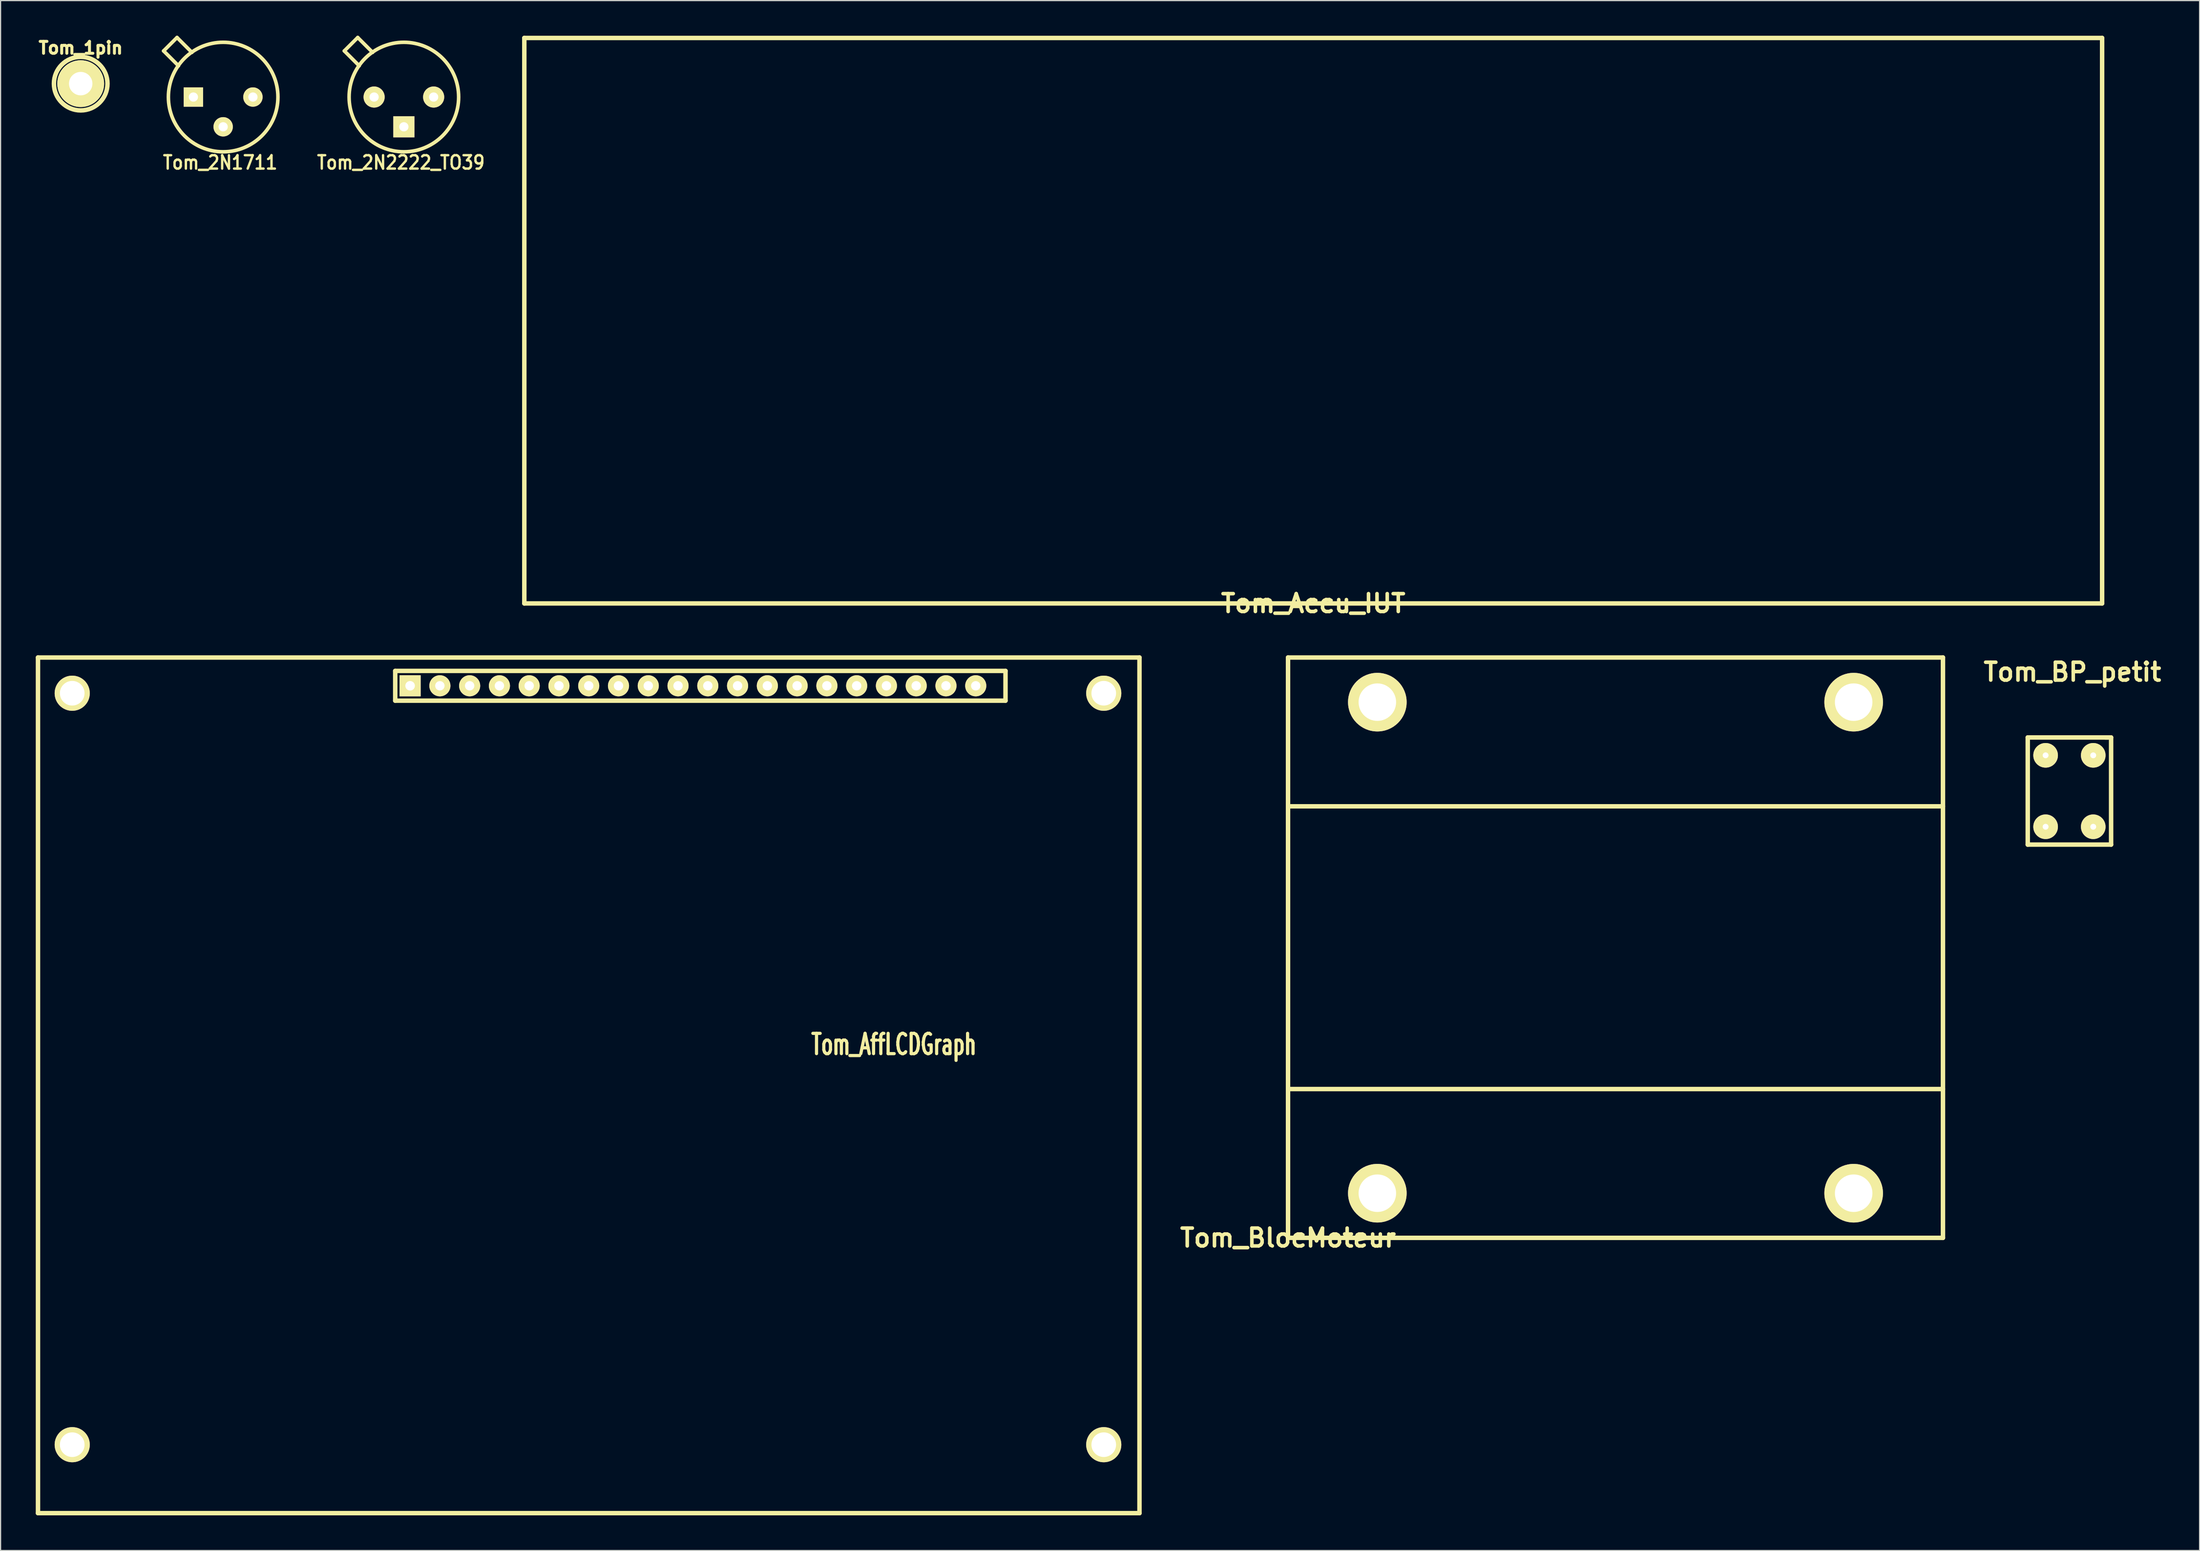
<source format=kicad_pcb>
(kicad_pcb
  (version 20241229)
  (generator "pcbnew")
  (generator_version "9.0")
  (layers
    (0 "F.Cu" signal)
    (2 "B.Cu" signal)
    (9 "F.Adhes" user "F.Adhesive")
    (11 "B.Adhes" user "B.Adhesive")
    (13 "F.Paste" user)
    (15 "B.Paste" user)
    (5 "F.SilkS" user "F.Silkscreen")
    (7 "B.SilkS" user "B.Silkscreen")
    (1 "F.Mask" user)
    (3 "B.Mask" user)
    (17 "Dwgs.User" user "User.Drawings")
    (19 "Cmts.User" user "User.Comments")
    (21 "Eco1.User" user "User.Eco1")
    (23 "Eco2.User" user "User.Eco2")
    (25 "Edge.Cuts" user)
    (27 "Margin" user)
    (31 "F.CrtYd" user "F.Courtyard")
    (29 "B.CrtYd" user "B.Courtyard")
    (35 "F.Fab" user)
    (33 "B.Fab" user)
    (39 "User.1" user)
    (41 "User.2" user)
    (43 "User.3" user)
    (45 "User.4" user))
  (footprint "Tom_BP_petit"
    (layer "F.Cu")
    (at 173.769 64.463)
    (property "Reference" "Tom_BP_petit" (at 0 -10.16 0) (layer "F.SilkS") (effects (font (size 1.524 1.524) (thickness 0.305))))
    (attr through_hole)
    (fp_line (start -3.81 -4.572) (end 3.048 -4.572) (stroke (width 0.381) (type solid)) (layer "F.SilkS"))
    (fp_line (start -3.81 4.572) (end -3.81 -4.572) (stroke (width 0.381) (type solid)) (layer "F.SilkS"))
    (fp_line (start 2.794 -4.572) (end 3.302 -4.572) (stroke (width 0.381) (type solid)) (layer "F.SilkS"))
    (fp_line (start 3.302 -4.572) (end 3.302 4.572) (stroke (width 0.381) (type solid)) (layer "F.SilkS"))
    (fp_line (start 3.302 4.572) (end -3.81 4.572) (stroke (width 0.381) (type solid)) (layer "F.SilkS"))
    (pad "1" thru_hole circle (at -2.286 -3.048) (size 2.101 2.101) (drill 0.5) (layers "*.Cu" "*.Mask" "F.SilkS"))
    (pad "1" thru_hole circle (at -2.286 3.048) (size 2.101 2.101) (drill 0.5) (layers "*.Cu" "*.Mask" "F.SilkS"))
    (pad "2" thru_hole circle (at 1.778 -3.048) (size 2.101 2.101) (drill 0.5) (layers "*.Cu" "*.Mask" "F.SilkS"))
    (pad "2" thru_hole circle (at 1.778 3.048) (size 2.101 2.101) (drill 0.5) (layers "*.Cu" "*.Mask" "F.SilkS")))
  (footprint "Tom_BlocMoteur"
    (layer "F.Cu")
    (at 106.846 102.597)
    (property "Reference" "Tom_BlocMoteur" (at 0 0 0) (layer "F.SilkS") (effects (font (size 1.524 1.524) (thickness 0.305))))
    (attr through_hole)
    (fp_line (start 0 -49.53) (end 55.88 -49.53) (stroke (width 0.381) (type solid)) (layer "F.SilkS"))
    (fp_line (start 0 0) (end 0 -49.53) (stroke (width 0.381) (type solid)) (layer "F.SilkS"))
    (fp_line (start 55.88 -49.53) (end 55.88 0) (stroke (width 0.381) (type solid)) (layer "F.SilkS"))
    (fp_line (start 55.88 -36.83) (end 0 -36.83) (stroke (width 0.381) (type solid)) (layer "F.SilkS"))
    (fp_line (start 55.88 -12.7) (end 0 -12.7) (stroke (width 0.381) (type solid)) (layer "F.SilkS"))
    (fp_line (start 55.88 0) (end 0 0) (stroke (width 0.381) (type solid)) (layer "F.SilkS"))
    (pad "1" thru_hole circle (at 48.26 -45.72) (size 5.001 5.001) (drill 3.2) (layers "*.Cu" "*.Mask" "F.SilkS"))
    (pad "2" thru_hole circle (at 48.26 -3.81) (size 5.001 5.001) (drill 3.2) (layers "*.Cu" "*.Mask" "F.SilkS"))
    (pad "3" thru_hole circle (at 7.62 -45.72) (size 5.001 5.001) (drill 3.2) (layers "*.Cu" "*.Mask" "F.SilkS"))
    (pad "4" thru_hole circle (at 7.62 -3.81) (size 5.001 5.001) (drill 3.2) (layers "*.Cu" "*.Mask" "F.SilkS")))
  (footprint "Tom_2N2222_TO39"
    (layer "F.Cu")
    (at 31.409 5.232)
    (property "Reference" "Tom_2N2222_TO39" (at -0.254 5.588 0) (layer "F.SilkS") (effects (font (size 1.143 1.016) (thickness 0.203))))
    (attr through_hole)
    (fp_line (start -3.937 -5.08) (end -5.08 -3.937) (stroke (width 0.305) (type solid)) (layer "F.SilkS"))
    (fp_line (start -3.81 -2.667) (end -5.08 -3.937) (stroke (width 0.305) (type solid)) (layer "F.SilkS"))
    (fp_line (start -2.667 -3.81) (end -3.937 -5.08) (stroke (width 0.305) (type solid)) (layer "F.SilkS"))
    (fp_circle (center 0 0) (end 3.175 3.429) (stroke (width 0.305) (type solid)) (fill no) (layer "F.SilkS"))
    (pad "1" thru_hole rect (at 0 2.54) (size 1.801 1.801) (drill 0.787) (layers "*.Cu" "*.Mask" "F.SilkS"))
    (pad "2" thru_hole circle (at 2.54 0) (size 1.801 1.801) (drill 0.787) (layers "*.Cu" "*.Mask" "F.SilkS"))
    (pad "3" thru_hole circle (at -2.54 0) (size 1.801 1.801) (drill 0.787) (layers "*.Cu" "*.Mask" "F.SilkS")))
  (footprint "Tom_2N1711"
    (layer "F.Cu")
    (at 15.99 5.232)
    (property "Reference" "Tom_2N1711" (at -0.254 5.588 0) (layer "F.SilkS") (effects (font (size 1.143 1.016) (thickness 0.203))))
    (attr through_hole)
    (fp_line (start -3.937 -5.08) (end -5.08 -3.937) (stroke (width 0.305) (type solid)) (layer "F.SilkS"))
    (fp_line (start -3.81 -2.667) (end -5.08 -3.937) (stroke (width 0.305) (type solid)) (layer "F.SilkS"))
    (fp_line (start -2.667 -3.81) (end -3.937 -5.08) (stroke (width 0.305) (type solid)) (layer "F.SilkS"))
    (fp_circle (center 0 0) (end 3.175 3.429) (stroke (width 0.305) (type solid)) (fill no) (layer "F.SilkS"))
    (pad "1" thru_hole rect (at -2.54 0) (size 1.651 1.651) (drill 0.787) (layers "*.Cu" "*.Mask" "F.SilkS"))
    (pad "2" thru_hole circle (at 0 2.54) (size 1.651 1.651) (drill 0.787) (layers "*.Cu" "*.Mask" "F.SilkS"))
    (pad "3" thru_hole circle (at 2.54 0) (size 1.651 1.651) (drill 0.787) (layers "*.Cu" "*.Mask" "F.SilkS")))
  (footprint "Tom_1pin"
    (layer "F.Cu")
    (at 3.835 4.088)
    (property "Reference" "Tom_1pin" (at 0 -3.048 0) (layer "F.SilkS") (effects (font (size 1.016 1.016) (thickness 0.254))))
    (attr through_hole)
    (fp_circle (center 0 0) (end 0 -2.286) (stroke (width 0.381) (type solid)) (fill no) (layer "F.SilkS"))
    (pad "1" thru_hole circle (at 0 0) (size 4 4) (drill 1.999) (layers "*.Cu" "*.Mask" "F.SilkS")))
  (footprint "Tom_Accu_IUT"
    (layer "F.Cu")
    (at 108.995 48.45)
    (property "Reference" "Tom_Accu_IUT" (at 0 0 0) (layer "F.SilkS") (effects (font (size 1.524 1.524) (thickness 0.305))))
    (attr through_hole)
    (fp_line (start -67.31 -48.26) (end -67.31 0) (stroke (width 0.381) (type solid)) (layer "F.SilkS"))
    (fp_line (start -67.31 0) (end 67.31 0) (stroke (width 0.381) (type solid)) (layer "F.SilkS"))
    (fp_line (start 67.31 -48.26) (end -67.31 -48.26) (stroke (width 0.381) (type solid)) (layer "F.SilkS"))
    (fp_line (start 67.31 0) (end 67.31 -48.26) (stroke (width 0.381) (type solid)) (layer "F.SilkS")))
  (footprint "Tom_AffLCDGraph"
    (layer "F.Cu")
    (at 74.486 87.357)
    (property "Reference" "Tom_AffLCDGraph" (at -1.27 -1.27 0) (layer "F.SilkS") (effects (font (size 1.73 1.087) (thickness 0.272))))
    (attr through_hole)
    (fp_line (start -74.295 38.735) (end -74.295 -34.29) (stroke (width 0.381) (type solid)) (layer "F.SilkS"))
    (fp_line (start -43.815 -33.147) (end 8.255 -33.147) (stroke (width 0.381) (type solid)) (layer "F.SilkS"))
    (fp_line (start -43.815 -30.607) (end -43.815 -33.147) (stroke (width 0.381) (type solid)) (layer "F.SilkS"))
    (fp_line (start -43.815 -30.607) (end 8.255 -30.607) (stroke (width 0.381) (type solid)) (layer "F.SilkS"))
    (fp_line (start 8.255 -33.147) (end 8.255 -30.607) (stroke (width 0.381) (type solid)) (layer "F.SilkS"))
    (fp_line (start 19.685 -34.29) (end -74.295 -34.29) (stroke (width 0.381) (type solid)) (layer "F.SilkS"))
    (fp_line (start 19.685 -34.29) (end 19.685 38.735) (stroke (width 0.381) (type solid)) (layer "F.SilkS"))
    (fp_line (start 19.685 38.735) (end -74.295 38.735) (stroke (width 0.381) (type solid)) (layer "F.SilkS"))
    (pad "1" thru_hole rect (at -42.545 -31.877) (size 1.801 1.801) (drill 0.813) (layers "*.Cu" "*.Mask" "F.SilkS"))
    (pad "2" thru_hole circle (at -40.005 -31.877) (size 1.801 1.801) (drill 0.8) (layers "*.Cu" "*.Mask" "F.SilkS"))
    (pad "3" thru_hole circle (at -37.465 -31.877) (size 1.801 1.801) (drill 0.8) (layers "*.Cu" "*.Mask" "F.SilkS"))
    (pad "4" thru_hole circle (at -34.925 -31.877) (size 1.801 1.801) (drill 0.8) (layers "*.Cu" "*.Mask" "F.SilkS"))
    (pad "5" thru_hole circle (at -32.385 -31.877) (size 1.801 1.801) (drill 0.8) (layers "*.Cu" "*.Mask" "F.SilkS"))
    (pad "6" thru_hole circle (at -29.845 -31.877) (size 1.801 1.801) (drill 0.8) (layers "*.Cu" "*.Mask" "F.SilkS"))
    (pad "7" thru_hole circle (at -27.305 -31.877) (size 1.801 1.801) (drill 0.8) (layers "*.Cu" "*.Mask" "F.SilkS"))
    (pad "8" thru_hole circle (at -24.765 -31.877) (size 1.801 1.801) (drill 0.8) (layers "*.Cu" "*.Mask" "F.SilkS"))
    (pad "9" thru_hole circle (at -22.225 -31.877) (size 1.801 1.801) (drill 0.8) (layers "*.Cu" "*.Mask" "F.SilkS"))
    (pad "10" thru_hole circle (at -19.685 -31.877) (size 1.801 1.801) (drill 0.8) (layers "*.Cu" "*.Mask" "F.SilkS"))
    (pad "11" thru_hole circle (at -17.145 -31.877) (size 1.801 1.801) (drill 0.8) (layers "*.Cu" "*.Mask" "F.SilkS"))
    (pad "12" thru_hole circle (at -14.605 -31.877) (size 1.801 1.801) (drill 0.8) (layers "*.Cu" "*.Mask" "F.SilkS"))
    (pad "13" thru_hole circle (at -12.065 -31.877) (size 1.801 1.801) (drill 0.8) (layers "*.Cu" "*.Mask" "F.SilkS"))
    (pad "14" thru_hole circle (at -9.525 -31.877) (size 1.801 1.801) (drill 0.8) (layers "*.Cu" "*.Mask" "F.SilkS"))
    (pad "15" thru_hole circle (at -6.985 -31.877) (size 1.801 1.801) (drill 0.8) (layers "*.Cu" "*.Mask" "F.SilkS"))
    (pad "16" thru_hole circle (at -4.445 -31.877) (size 1.801 1.801) (drill 0.8) (layers "*.Cu" "*.Mask" "F.SilkS"))
    (pad "17" thru_hole circle (at -1.905 -31.877) (size 1.801 1.801) (drill 0.8) (layers "*.Cu" "*.Mask" "F.SilkS"))
    (pad "18" thru_hole circle (at 0.635 -31.877) (size 1.801 1.801) (drill 0.8) (layers "*.Cu" "*.Mask" "F.SilkS"))
    (pad "19" thru_hole circle (at 3.175 -31.877) (size 1.801 1.801) (drill 0.8) (layers "*.Cu" "*.Mask" "F.SilkS"))
    (pad "20" thru_hole circle (at 5.715 -31.877) (size 1.801 1.801) (drill 0.8) (layers "*.Cu" "*.Mask" "F.SilkS"))
    (pad "21" thru_hole circle (at 16.637 -31.242) (size 3 3) (drill 2.101) (layers "*.Cu" "*.Mask" "F.SilkS"))
    (pad "22" thru_hole circle (at 16.637 32.893) (size 3 3) (drill 2.101) (layers "*.Cu" "*.Mask" "F.SilkS"))
    (pad "23" thru_hole circle (at -71.374 32.893) (size 3 3) (drill 2.101) (layers "*.Cu" "*.Mask" "F.SilkS"))
    (pad "24" thru_hole circle (at -71.374 -31.242) (size 3 3) (drill 2.101) (layers "*.Cu" "*.Mask" "F.SilkS")))
  (gr_rect
    (start -3 -3)
    (end 184.621 129.283)
    (stroke (width 0.1) (type default))
    (fill no)
    (layer "Edge.Cuts")))
</source>
